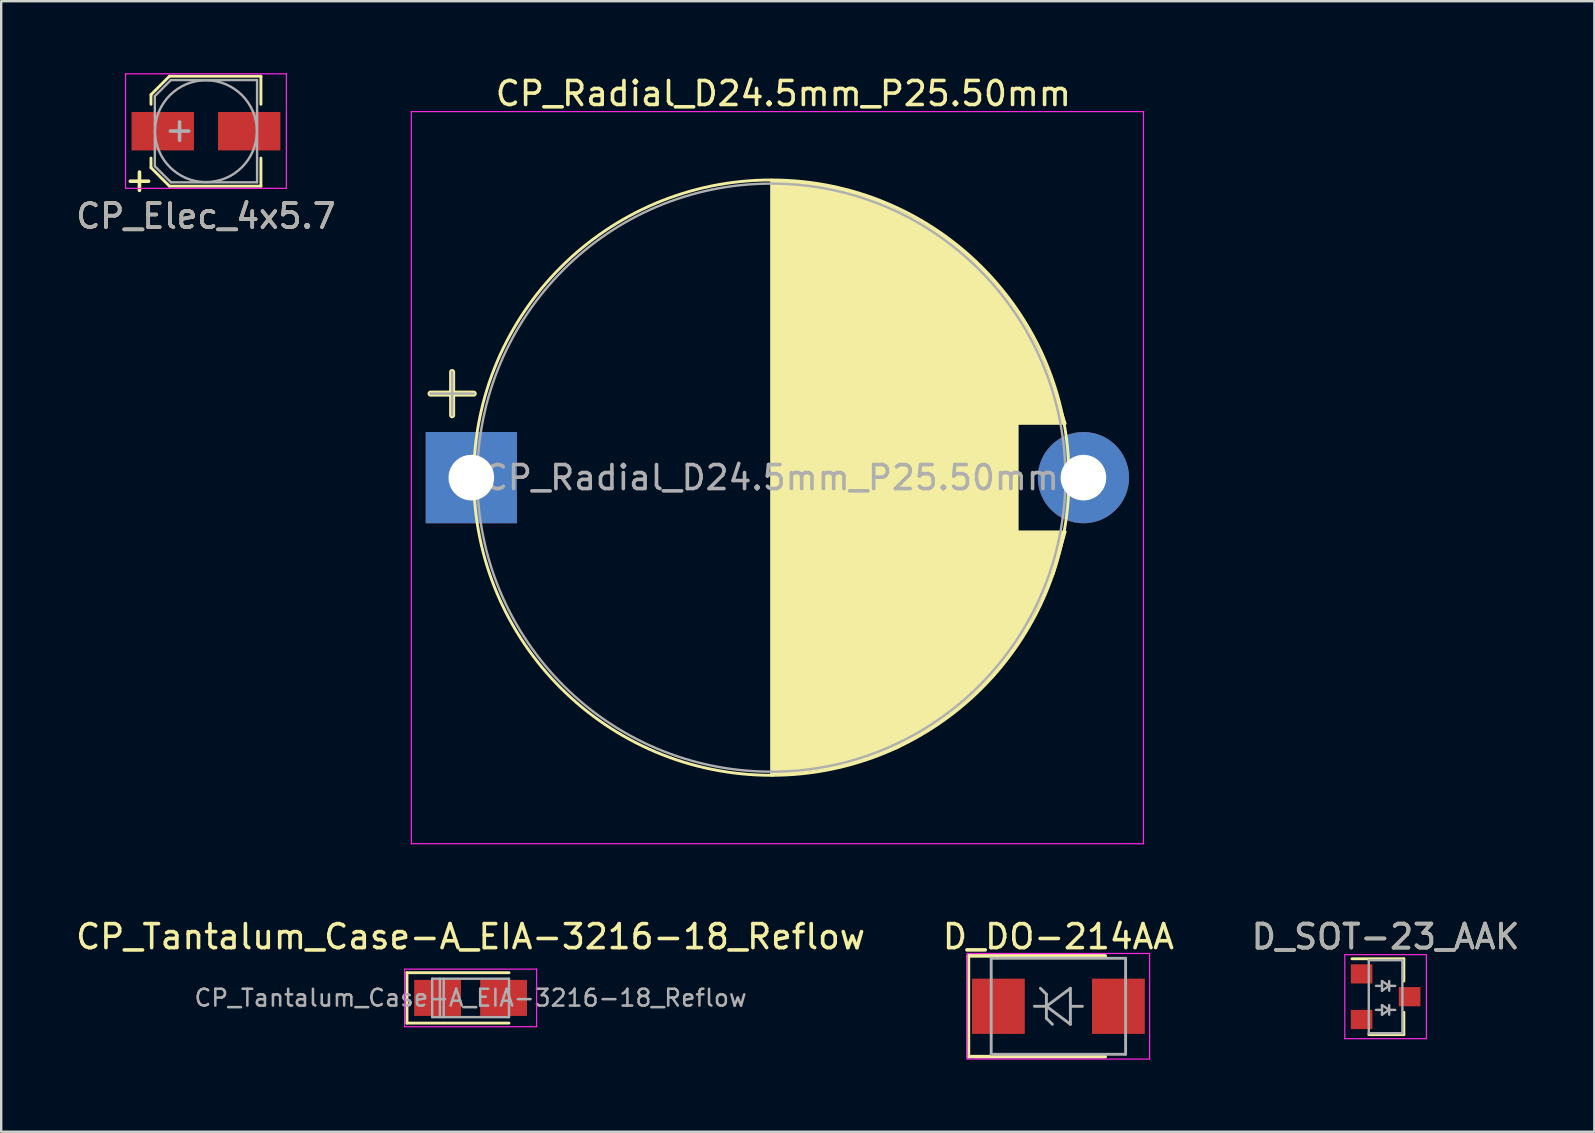
<source format=kicad_pcb>
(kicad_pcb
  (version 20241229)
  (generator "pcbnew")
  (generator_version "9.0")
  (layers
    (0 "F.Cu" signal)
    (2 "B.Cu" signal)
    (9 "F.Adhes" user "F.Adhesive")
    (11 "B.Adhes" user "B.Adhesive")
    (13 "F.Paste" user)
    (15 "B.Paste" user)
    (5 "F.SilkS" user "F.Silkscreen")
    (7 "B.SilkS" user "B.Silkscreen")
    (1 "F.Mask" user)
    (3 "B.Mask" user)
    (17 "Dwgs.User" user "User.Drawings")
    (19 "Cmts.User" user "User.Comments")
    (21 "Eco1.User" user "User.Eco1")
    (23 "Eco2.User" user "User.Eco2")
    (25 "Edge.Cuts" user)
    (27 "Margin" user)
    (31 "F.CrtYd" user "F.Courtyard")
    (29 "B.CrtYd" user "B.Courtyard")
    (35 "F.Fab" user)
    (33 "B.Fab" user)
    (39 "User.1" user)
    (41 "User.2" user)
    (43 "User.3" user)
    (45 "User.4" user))
  (footprint "CP_Elec_4x5.7"
    (layer "F.Cu")
    (at 5.53 2.415)
    (property "Reference" "CP_Elec_4x5.7" (at 0 3.54 0) (layer "F.SilkS") (effects (font (size 1 1) (thickness 0.15))))
    (attr smd)
    (fp_line (start -2.29 -1.52) (end -2.29 -1.12) (stroke (width 0.12) (type solid)) (layer "F.SilkS"))
    (fp_line (start -2.29 1.52) (end -2.29 1.12) (stroke (width 0.12) (type solid)) (layer "F.SilkS"))
    (fp_line (start -1.52 -2.29) (end -2.29 -1.52) (stroke (width 0.12) (type solid)) (layer "F.SilkS"))
    (fp_line (start -1.52 -2.29) (end 2.29 -2.29) (stroke (width 0.12) (type solid)) (layer "F.SilkS"))
    (fp_line (start -1.52 2.29) (end -2.29 1.52) (stroke (width 0.12) (type solid)) (layer "F.SilkS"))
    (fp_line (start -1.52 2.29) (end 2.29 2.29) (stroke (width 0.12) (type solid)) (layer "F.SilkS"))
    (fp_line (start 2.29 -2.29) (end 2.29 -1.12) (stroke (width 0.12) (type solid)) (layer "F.SilkS"))
    (fp_line (start 2.29 2.29) (end 2.29 1.12) (stroke (width 0.12) (type solid)) (layer "F.SilkS"))
    (fp_line (start -3.35 -2.39) (end -3.35 2.38) (stroke (width 0.05) (type solid)) (layer "F.CrtYd"))
    (fp_line (start -3.35 -2.39) (end 3.35 -2.39) (stroke (width 0.05) (type solid)) (layer "F.CrtYd"))
    (fp_line (start 3.35 2.38) (end -3.35 2.38) (stroke (width 0.05) (type solid)) (layer "F.CrtYd"))
    (fp_line (start 3.35 2.38) (end 3.35 -2.39) (stroke (width 0.05) (type solid)) (layer "F.CrtYd"))
    (fp_line (start -2.13 -1.46) (end -2.13 1.46) (stroke (width 0.1) (type solid)) (layer "F.Fab"))
    (fp_line (start -2.13 1.46) (end -1.46 2.13) (stroke (width 0.1) (type solid)) (layer "F.Fab"))
    (fp_line (start -1.46 -2.13) (end -2.13 -1.46) (stroke (width 0.1) (type solid)) (layer "F.Fab"))
    (fp_line (start -1.46 2.13) (end 2.13 2.13) (stroke (width 0.1) (type solid)) (layer "F.Fab"))
    (fp_line (start 2.13 -2.13) (end -1.46 -2.13) (stroke (width 0.1) (type solid)) (layer "F.Fab"))
    (fp_line (start 2.13 2.13) (end 2.13 -2.13) (stroke (width 0.1) (type solid)) (layer "F.Fab"))
    (fp_circle (center 0 0) (end 0.3 2.1) (stroke (width 0.1) (type solid)) (fill no) (layer "F.Fab"))
    (fp_text user "+" (at -2.77 2.01 0) (layer "F.SilkS") (effects (font (size 1 1) (thickness 0.15))))
    (fp_text user "+" (at -1.1 -0.08 0) (layer "F.Fab") (effects (font (size 1 1) (thickness 0.15))))
    (fp_text user "${REFERENCE}" (at 0 3.54 0) (layer "F.Fab") (effects (font (size 1 1) (thickness 0.15))))
    (pad "1" smd rect (at -1.8 0 180) (size 2.6 1.6) (layers "F.Cu" "F.Mask" "F.Paste"))
    (pad "2" smd rect (at 1.8 0 180) (size 2.6 1.6) (layers "F.Cu" "F.Mask" "F.Paste")))
  (footprint "CP_Radial_D24.5mm_P25.50mm"
    (layer "F.Cu")
    (at 16.585 16.848)
    (property "Reference" "CP_Radial_D24.5mm_P25.50mm" (at 13 -16 0) (layer "F.SilkS") (effects (font (size 1 1) (thickness 0.15))))
    (attr through_hole)
    (fp_line (start -1.7 -3.5) (end 0.1 -3.5) (stroke (width 0.25) (type solid)) (layer "F.SilkS"))
    (fp_line (start -0.8 -4.4) (end -0.8 -2.6) (stroke (width 0.25) (type solid)) (layer "F.SilkS"))
    (fp_circle (center 12.5 0) (end 24.9 0) (stroke (width 0.12) (type solid)) (fill no) (layer "F.SilkS"))
    (fp_poly (pts (xy 14 -12.25) (xy 15.5 -12) (xy 17 -11.5) (xy 18.5 -10.75) (xy 19.75 -10) (xy 21 -9) (xy 22.5 -7.25) (xy 23.25 -6) (xy 23.75 -5) (xy 24.25 -3.75) (xy 24.75 -2.25) (xy 22.75 -2.25) (xy 22.75 2.25) (xy 24.75 2.25) (xy 24.25 4) (xy 23 6.5) (xy 21.75 8.25) (xy 19.75 10) (xy 17.75 11.25) (xy 15.5 12) (xy 13.75 12.25) (xy 12.5 12.4) (xy 12.5 -12.4)) (stroke (width 0.1) (type solid)) (fill yes) (layer "F.SilkS"))
    (fp_line (start -2.5 -15.25) (end -2.5 15.25) (stroke (width 0.05) (type solid)) (layer "F.CrtYd"))
    (fp_line (start -2.5 15.25) (end 28 15.25) (stroke (width 0.05) (type solid)) (layer "F.CrtYd"))
    (fp_line (start 28 -15.25) (end -2.5 -15.25) (stroke (width 0.05) (type solid)) (layer "F.CrtYd"))
    (fp_line (start 28 15.25) (end 28 -15.25) (stroke (width 0.05) (type solid)) (layer "F.CrtYd"))
    (fp_line (start -1.7 -3.5) (end 0.1 -3.5) (stroke (width 0.1) (type solid)) (layer "F.Fab"))
    (fp_line (start -0.8 -4.4) (end -0.8 -2.6) (stroke (width 0.1) (type solid)) (layer "F.Fab"))
    (fp_circle (center 12.5 0) (end 24.75 0) (stroke (width 0.1) (type solid)) (fill no) (layer "F.Fab"))
    (fp_text user "${REFERENCE}" (at 12.5 0 0) (layer "F.Fab") (effects (font (size 1 1) (thickness 0.15))))
    (pad "1" thru_hole rect (at 0 0) (size 3.8 3.8) (drill 1.9) (layers "*.Cu" "*.Mask"))
    (pad "2" thru_hole circle (at 25.5 0) (size 3.8 3.8) (drill 1.9) (layers "*.Cu" "*.Mask")))
  (footprint "D_DO-214AA"
    (layer "F.Cu")
    (at 41.042 38.871)
    (property "Reference" "D_DO-214AA" (at 0 -2.9 0) (layer "F.SilkS") (effects (font (size 1 1) (thickness 0.15))))
    (attr smd)
    (fp_line (start -3.75 -2.1) (end -3.75 2.1) (stroke (width 0.15) (type solid)) (layer "F.SilkS"))
    (fp_line (start -3.75 2.1) (end 1.95 2.1) (stroke (width 0.15) (type solid)) (layer "F.SilkS"))
    (fp_line (start 1.95 -2.1) (end -3.75 -2.1) (stroke (width 0.15) (type solid)) (layer "F.SilkS"))
    (fp_line (start -3.8 -2.2) (end -3.8 2.2) (stroke (width 0.05) (type solid)) (layer "F.CrtYd"))
    (fp_line (start -3.8 2.2) (end 3.8 2.2) (stroke (width 0.05) (type solid)) (layer "F.CrtYd"))
    (fp_line (start 3.8 -2.2) (end -3.8 -2.2) (stroke (width 0.05) (type solid)) (layer "F.CrtYd"))
    (fp_line (start 3.8 2.2) (end 3.8 -2.2) (stroke (width 0.05) (type solid)) (layer "F.CrtYd"))
    (fp_line (start -2.8 -2) (end 2.8 -2) (stroke (width 0.12) (type solid)) (layer "F.Fab"))
    (fp_line (start -2.8 2) (end -2.8 -2) (stroke (width 0.12) (type solid)) (layer "F.Fab"))
    (fp_line (start -0.5 -0.5) (end -0.75 -0.75) (stroke (width 0.12) (type solid)) (layer "F.Fab"))
    (fp_line (start -0.5 0) (end -1 0) (stroke (width 0.12) (type solid)) (layer "F.Fab"))
    (fp_line (start -0.5 0) (end 0.5 0.75) (stroke (width 0.12) (type solid)) (layer "F.Fab"))
    (fp_line (start -0.5 0.5) (end -0.5 -0.5) (stroke (width 0.12) (type solid)) (layer "F.Fab"))
    (fp_line (start -0.25 0.75) (end -0.5 0.5) (stroke (width 0.12) (type solid)) (layer "F.Fab"))
    (fp_line (start 0.5 -0.75) (end -0.5 0) (stroke (width 0.12) (type solid)) (layer "F.Fab"))
    (fp_line (start 0.5 0) (end 1 0) (stroke (width 0.12) (type solid)) (layer "F.Fab"))
    (fp_line (start 0.5 0.75) (end 0.5 -0.75) (stroke (width 0.12) (type solid)) (layer "F.Fab"))
    (fp_line (start 2.8 -2) (end 2.8 2) (stroke (width 0.12) (type solid)) (layer "F.Fab"))
    (fp_line (start 2.8 2) (end -2.8 2) (stroke (width 0.12) (type solid)) (layer "F.Fab"))
    (pad "1" smd rect (at -2.5 0) (size 2.2 2.3) (layers "F.Cu" "F.Mask" "F.Paste"))
    (pad "2" smd rect (at 2.5 0) (size 2.2 2.3) (layers "F.Cu" "F.Mask" "F.Paste")))
  (footprint "D_SOT-23_AAK"
    (layer "F.Cu")
    (at 54.673 38.471)
    (property "Reference" "D_SOT-23_AAK" (at 0 -2.5 0) (layer "F.SilkS") (effects (font (size 1 1) (thickness 0.15))))
    (attr smd)
    (fp_line (start 0.76 -1.58) (end -1.4 -1.58) (stroke (width 0.12) (type solid)) (layer "F.SilkS"))
    (fp_line (start 0.76 -1.58) (end 0.76 -0.65) (stroke (width 0.12) (type solid)) (layer "F.SilkS"))
    (fp_line (start 0.76 1.58) (end -0.7 1.58) (stroke (width 0.12) (type solid)) (layer "F.SilkS"))
    (fp_line (start 0.76 1.58) (end 0.76 0.65) (stroke (width 0.12) (type solid)) (layer "F.SilkS"))
    (fp_line (start -1.7 -1.75) (end 1.7 -1.75) (stroke (width 0.05) (type solid)) (layer "F.CrtYd"))
    (fp_line (start -1.7 1.75) (end -1.7 -1.75) (stroke (width 0.05) (type solid)) (layer "F.CrtYd"))
    (fp_line (start 1.7 -1.75) (end 1.7 1.75) (stroke (width 0.05) (type solid)) (layer "F.CrtYd"))
    (fp_line (start 1.7 1.75) (end -1.7 1.75) (stroke (width 0.05) (type solid)) (layer "F.CrtYd"))
    (fp_line (start -0.7 -1.52) (end -0.7 1.52) (stroke (width 0.1) (type solid)) (layer "F.Fab"))
    (fp_line (start -0.7 -1.52) (end 0.7 -1.52) (stroke (width 0.1) (type solid)) (layer "F.Fab"))
    (fp_line (start -0.7 1.52) (end 0.7 1.52) (stroke (width 0.1) (type solid)) (layer "F.Fab"))
    (fp_line (start -0.15 -0.65) (end -0.15 -0.25) (stroke (width 0.1) (type solid)) (layer "F.Fab"))
    (fp_line (start -0.15 -0.45) (end -0.4 -0.45) (stroke (width 0.1) (type solid)) (layer "F.Fab"))
    (fp_line (start -0.15 -0.25) (end 0.15 -0.45) (stroke (width 0.1) (type solid)) (layer "F.Fab"))
    (fp_line (start -0.15 0.35) (end -0.15 0.75) (stroke (width 0.1) (type solid)) (layer "F.Fab"))
    (fp_line (start -0.15 0.55) (end -0.4 0.55) (stroke (width 0.1) (type solid)) (layer "F.Fab"))
    (fp_line (start -0.15 0.75) (end 0.15 0.55) (stroke (width 0.1) (type solid)) (layer "F.Fab"))
    (fp_line (start 0.15 -0.65) (end 0.15 -0.25) (stroke (width 0.1) (type solid)) (layer "F.Fab"))
    (fp_line (start 0.15 -0.45) (end -0.15 -0.65) (stroke (width 0.1) (type solid)) (layer "F.Fab"))
    (fp_line (start 0.15 -0.45) (end 0.4 -0.45) (stroke (width 0.1) (type solid)) (layer "F.Fab"))
    (fp_line (start 0.15 0.35) (end 0.15 0.75) (stroke (width 0.1) (type solid)) (layer "F.Fab"))
    (fp_line (start 0.15 0.55) (end -0.15 0.35) (stroke (width 0.1) (type solid)) (layer "F.Fab"))
    (fp_line (start 0.15 0.55) (end 0.4 0.55) (stroke (width 0.1) (type solid)) (layer "F.Fab"))
    (fp_line (start 0.7 -1.52) (end 0.7 1.52) (stroke (width 0.1) (type solid)) (layer "F.Fab"))
    (fp_text user "${REFERENCE}" (at 0 -2.5 0) (layer "F.Fab") (effects (font (size 1 1) (thickness 0.15))))
    (pad "1" smd rect (at -1 -0.95) (size 0.9 0.8) (layers "F.Cu" "F.Mask" "F.Paste"))
    (pad "2" smd rect (at -1 0.95) (size 0.9 0.8) (layers "F.Cu" "F.Mask" "F.Paste"))
    (pad "3" smd rect (at 1 0) (size 0.9 0.8) (layers "F.Cu" "F.Mask" "F.Paste")))
  (footprint "CP_Tantalum_Case-A_EIA-3216-18_Reflow"
    (layer "F.Cu")
    (at 16.554 38.522)
    (property "Reference" "CP_Tantalum_Case-A_EIA-3216-18_Reflow" (at 0 -2.55 0) (layer "F.SilkS") (effects (font (size 1 1) (thickness 0.15))))
    (attr smd)
    (fp_line (start -2.65 -1.05) (end -2.65 1.05) (stroke (width 0.12) (type solid)) (layer "F.SilkS"))
    (fp_line (start -2.65 -1.05) (end 1.6 -1.05) (stroke (width 0.12) (type solid)) (layer "F.SilkS"))
    (fp_line (start -2.65 1.05) (end 1.6 1.05) (stroke (width 0.12) (type solid)) (layer "F.SilkS"))
    (fp_line (start -2.75 -1.2) (end -2.75 1.2) (stroke (width 0.05) (type solid)) (layer "F.CrtYd"))
    (fp_line (start -2.75 1.2) (end 2.75 1.2) (stroke (width 0.05) (type solid)) (layer "F.CrtYd"))
    (fp_line (start 2.75 -1.2) (end -2.75 -1.2) (stroke (width 0.05) (type solid)) (layer "F.CrtYd"))
    (fp_line (start 2.75 1.2) (end 2.75 -1.2) (stroke (width 0.05) (type solid)) (layer "F.CrtYd"))
    (fp_line (start -1.6 -0.8) (end -1.6 0.8) (stroke (width 0.1) (type solid)) (layer "F.Fab"))
    (fp_line (start -1.6 0.8) (end 1.6 0.8) (stroke (width 0.1) (type solid)) (layer "F.Fab"))
    (fp_line (start -1.28 -0.8) (end -1.28 0.8) (stroke (width 0.1) (type solid)) (layer "F.Fab"))
    (fp_line (start -1.12 -0.8) (end -1.12 0.8) (stroke (width 0.1) (type solid)) (layer "F.Fab"))
    (fp_line (start 1.6 -0.8) (end -1.6 -0.8) (stroke (width 0.1) (type solid)) (layer "F.Fab"))
    (fp_line (start 1.6 0.8) (end 1.6 -0.8) (stroke (width 0.1) (type solid)) (layer "F.Fab"))
    (fp_text user "${REFERENCE}" (at 0 0 0) (layer "F.Fab") (effects (font (size 0.7 0.7) (thickness 0.105))))
    (pad "1" smd rect (at -1.375 0) (size 1.95 1.5) (layers "F.Cu" "F.Mask" "F.Paste"))
    (pad "2" smd rect (at 1.375 0) (size 1.95 1.5) (layers "F.Cu" "F.Mask" "F.Paste")))
  (gr_rect
    (start -3 -3)
    (end 63.369 44.096)
    (stroke (width 0.1) (type default))
    (fill no)
    (layer "Edge.Cuts")))
</source>
